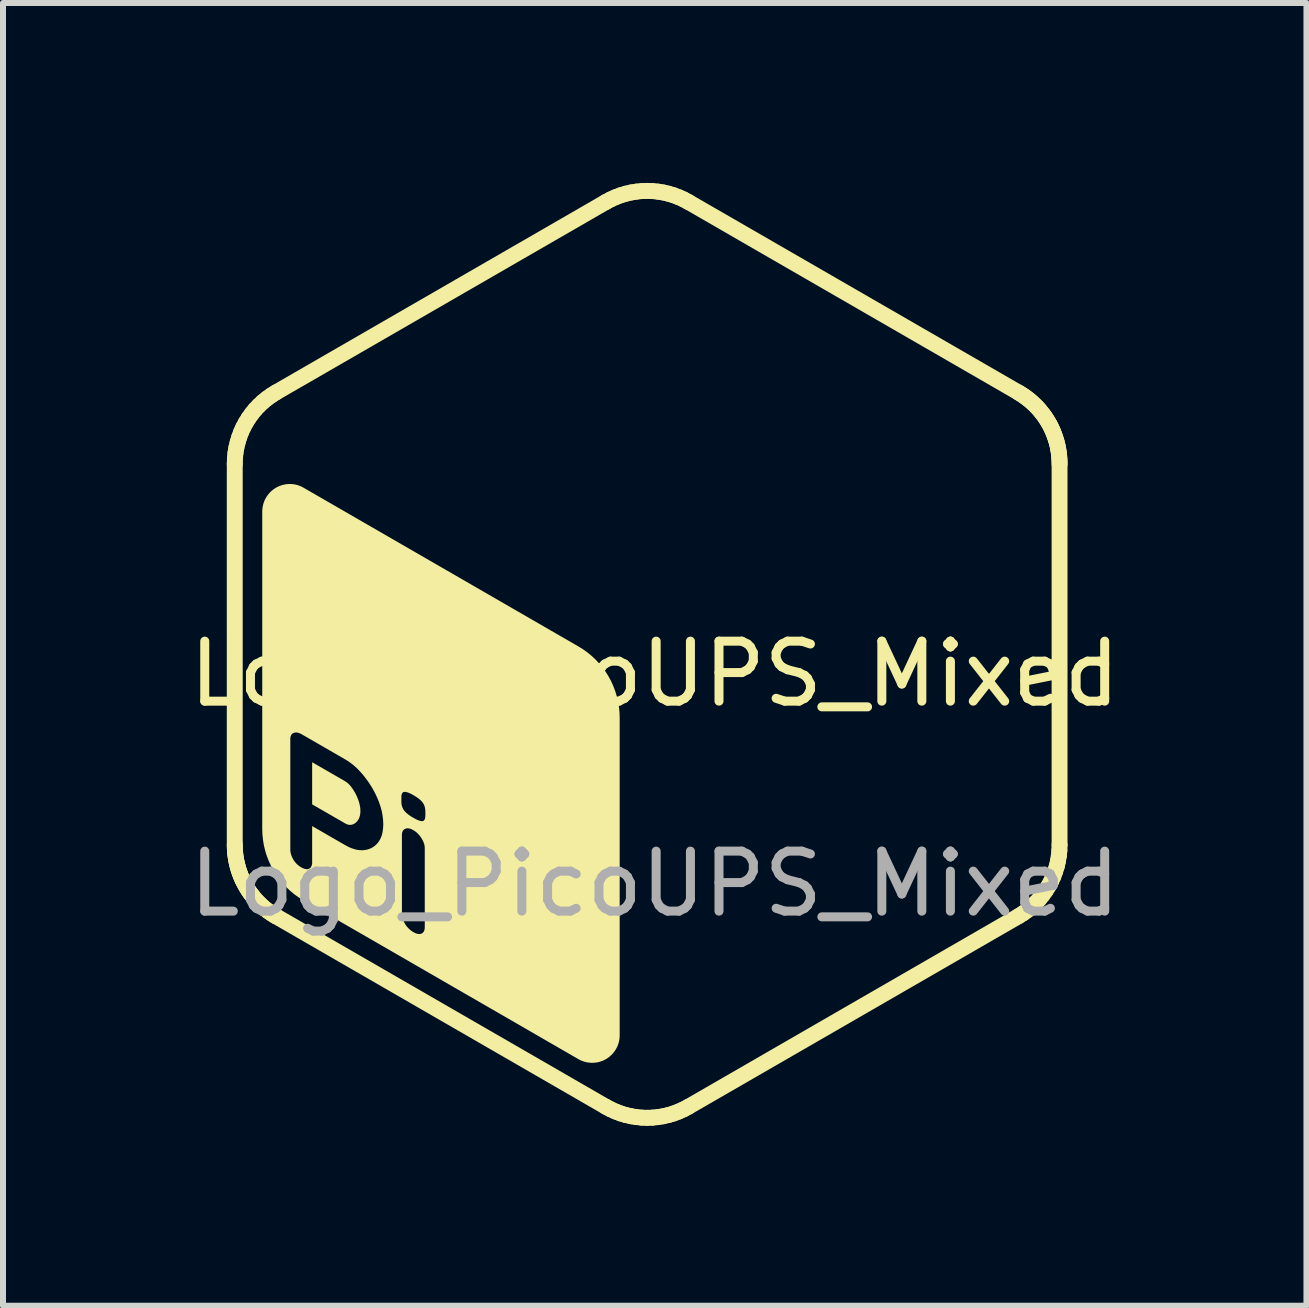
<source format=kicad_pcb>
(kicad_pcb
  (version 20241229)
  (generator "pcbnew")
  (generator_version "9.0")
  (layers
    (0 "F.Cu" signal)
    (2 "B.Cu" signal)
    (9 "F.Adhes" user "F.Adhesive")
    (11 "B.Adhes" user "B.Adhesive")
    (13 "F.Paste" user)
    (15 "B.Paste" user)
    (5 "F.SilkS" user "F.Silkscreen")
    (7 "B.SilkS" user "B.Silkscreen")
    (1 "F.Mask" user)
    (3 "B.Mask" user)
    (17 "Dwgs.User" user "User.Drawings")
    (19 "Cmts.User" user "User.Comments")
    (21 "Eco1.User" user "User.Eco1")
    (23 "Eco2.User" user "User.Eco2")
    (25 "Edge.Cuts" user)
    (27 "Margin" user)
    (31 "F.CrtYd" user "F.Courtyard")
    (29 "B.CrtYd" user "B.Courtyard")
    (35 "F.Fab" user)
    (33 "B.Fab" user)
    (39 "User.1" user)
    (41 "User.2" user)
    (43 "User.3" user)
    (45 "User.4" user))
  (footprint "Logo_PicoUPS_Mixed"
    (layer "F.Cu")
    (at 7.863 8.182)
    (property "Reference" "Logo_PicoUPS_Mixed" (at 0 0 0) (unlocked yes) (layer "F.SilkS") (effects (font (size 1 1) (thickness 0.15))))
    (fp_poly (pts (xy -4.221 -5.28) (xy -4.191 -5.277) (xy -4.162 -5.273) (xy -4.133 -5.266) (xy -4.104 -5.257) (xy -4.076 -5.247) (xy -4.048 -5.234) (xy -4.021 -5.22) (xy -2.646 -4.426) (xy -2.642 -4.423) (xy -2.638 -4.421) (xy -2.634 -4.418) (xy -2.63 -4.415) (xy -2.626 -4.412) (xy -2.622 -4.408) (xy -2.618 -4.405) (xy -2.615 -4.402) (xy -2.611 -4.398) (xy -2.608 -4.394) (xy -2.605 -4.39) (xy -2.601 -4.387) (xy -2.599 -4.383) (xy -2.596 -4.379) (xy -2.593 -4.374) (xy -2.591 -4.37) (xy -2.588 -4.366) (xy -2.586 -4.361) (xy -2.584 -4.357) (xy -2.582 -4.352) (xy -2.58 -4.348) (xy -2.578 -4.343) (xy -2.577 -4.338) (xy -2.575 -4.334) (xy -2.574 -4.329) (xy -2.573 -4.324) (xy -2.572 -4.319) (xy -2.571 -4.314) (xy -2.571 -4.309) (xy -2.57 -4.304) (xy -2.57 -4.299) (xy -2.57 -4.294) (xy -2.57 -4.284) (xy -2.571 -4.274) (xy -2.573 -4.264) (xy -2.575 -4.254) (xy -2.578 -4.244) (xy -2.582 -4.235) (xy -2.586 -4.226) (xy -2.591 -4.217) (xy -2.596 -4.209) (xy -2.601 -4.201) (xy -2.608 -4.193) (xy -2.615 -4.186) (xy -2.622 -4.179) (xy -2.63 -4.173) (xy -2.638 -4.167) (xy -2.646 -4.161) (xy -4.021 -3.368) (xy -4.048 -3.353) (xy -4.076 -3.341) (xy -4.104 -3.33) (xy -4.133 -3.322) (xy -4.162 -3.315) (xy -4.191 -3.31) (xy -4.221 -3.307) (xy -4.25 -3.306) (xy -4.28 -3.307) (xy -4.31 -3.31) (xy -4.339 -3.315) (xy -4.368 -3.322) (xy -4.397 -3.33) (xy -4.425 -3.341) (xy -4.453 -3.353) (xy -4.48 -3.368) (xy -5.854 -4.161) (xy -5.859 -4.164) (xy -5.863 -4.167) (xy -5.867 -4.17) (xy -5.871 -4.173) (xy -5.875 -4.176) (xy -5.879 -4.179) (xy -5.883 -4.182) (xy -5.886 -4.186) (xy -5.89 -4.19) (xy -5.893 -4.193) (xy -5.896 -4.197) (xy -5.899 -4.201) (xy -5.902 -4.205) (xy -5.905 -4.209) (xy -5.908 -4.213) (xy -5.91 -4.217) (xy -5.913 -4.222) (xy -5.915 -4.226) (xy -5.917 -4.231) (xy -5.919 -4.235) (xy -5.921 -4.24) (xy -5.923 -4.244) (xy -5.924 -4.249) (xy -5.925 -4.254) (xy -5.927 -4.259) (xy -5.928 -4.264) (xy -5.929 -4.269) (xy -5.929 -4.274) (xy -5.93 -4.279) (xy -5.93 -4.284) (xy -5.931 -4.289) (xy -5.931 -4.294) (xy -5.93 -4.304) (xy -5.929 -4.314) (xy -5.928 -4.324) (xy -5.925 -4.334) (xy -5.923 -4.343) (xy -5.919 -4.352) (xy -5.915 -4.361) (xy -5.91 -4.37) (xy -5.905 -4.379) (xy -5.899 -4.387) (xy -5.893 -4.394) (xy -5.886 -4.402) (xy -5.879 -4.408) (xy -5.871 -4.415) (xy -5.863 -4.421) (xy -5.854 -4.426) (xy -4.48 -5.22) (xy -4.453 -5.234) (xy -4.425 -5.247) (xy -4.397 -5.257) (xy -4.368 -5.266) (xy -4.339 -5.273) (xy -4.31 -5.277) (xy -4.28 -5.28) (xy -4.25 -5.281)) (stroke (width 0) (type solid)) (fill yes) (layer "F.Mask"))
    (fp_poly (pts (xy -2.158 -6.471) (xy -2.129 -6.468) (xy -2.1 -6.463) (xy -2.07 -6.456) (xy -2.042 -6.448) (xy -2.014 -6.437) (xy -1.986 -6.425) (xy -1.959 -6.41) (xy -0.584 -5.617) (xy -0.576 -5.611) (xy -0.567 -5.605) (xy -0.56 -5.599) (xy -0.552 -5.592) (xy -0.546 -5.585) (xy -0.539 -5.577) (xy -0.534 -5.569) (xy -0.528 -5.561) (xy -0.524 -5.552) (xy -0.52 -5.543) (xy -0.516 -5.534) (xy -0.513 -5.524) (xy -0.511 -5.515) (xy -0.509 -5.505) (xy -0.508 -5.495) (xy -0.508 -5.484) (xy -0.508 -5.479) (xy -0.508 -5.474) (xy -0.509 -5.469) (xy -0.509 -5.464) (xy -0.51 -5.459) (xy -0.511 -5.454) (xy -0.512 -5.449) (xy -0.513 -5.445) (xy -0.514 -5.44) (xy -0.516 -5.435) (xy -0.518 -5.43) (xy -0.52 -5.426) (xy -0.521 -5.421) (xy -0.524 -5.417) (xy -0.526 -5.412) (xy -0.528 -5.408) (xy -0.531 -5.404) (xy -0.534 -5.4) (xy -0.536 -5.396) (xy -0.539 -5.392) (xy -0.542 -5.388) (xy -0.546 -5.384) (xy -0.549 -5.38) (xy -0.552 -5.377) (xy -0.556 -5.373) (xy -0.56 -5.37) (xy -0.563 -5.366) (xy -0.567 -5.363) (xy -0.571 -5.36) (xy -0.576 -5.357) (xy -0.58 -5.355) (xy -0.584 -5.352) (xy -1.959 -4.558) (xy -1.986 -4.544) (xy -2.014 -4.531) (xy -2.042 -4.521) (xy -2.07 -4.512) (xy -2.1 -4.506) (xy -2.129 -4.501) (xy -2.158 -4.498) (xy -2.188 -4.497) (xy -2.218 -4.498) (xy -2.247 -4.501) (xy -2.277 -4.506) (xy -2.306 -4.512) (xy -2.334 -4.521) (xy -2.363 -4.531) (xy -2.39 -4.544) (xy -2.417 -4.558) (xy -3.792 -5.352) (xy -3.801 -5.357) (xy -3.809 -5.363) (xy -3.817 -5.37) (xy -3.824 -5.377) (xy -3.831 -5.384) (xy -3.837 -5.392) (xy -3.843 -5.4) (xy -3.848 -5.408) (xy -3.853 -5.417) (xy -3.857 -5.426) (xy -3.86 -5.435) (xy -3.863 -5.445) (xy -3.865 -5.454) (xy -3.867 -5.464) (xy -3.868 -5.474) (xy -3.868 -5.484) (xy -3.868 -5.489) (xy -3.868 -5.495) (xy -3.868 -5.5) (xy -3.867 -5.505) (xy -3.866 -5.51) (xy -3.865 -5.515) (xy -3.864 -5.519) (xy -3.863 -5.524) (xy -3.862 -5.529) (xy -3.86 -5.534) (xy -3.859 -5.538) (xy -3.857 -5.543) (xy -3.855 -5.548) (xy -3.853 -5.552) (xy -3.85 -5.556) (xy -3.848 -5.561) (xy -3.845 -5.565) (xy -3.843 -5.569) (xy -3.84 -5.573) (xy -3.837 -5.577) (xy -3.834 -5.581) (xy -3.831 -5.585) (xy -3.827 -5.589) (xy -3.824 -5.592) (xy -3.82 -5.596) (xy -3.817 -5.599) (xy -3.813 -5.602) (xy -3.809 -5.605) (xy -3.805 -5.608) (xy -3.801 -5.611) (xy -3.796 -5.614) (xy -3.792 -5.617) (xy -2.417 -6.41) (xy -2.39 -6.425) (xy -2.363 -6.437) (xy -2.334 -6.448) (xy -2.306 -6.456) (xy -2.277 -6.463) (xy -2.247 -6.468) (xy -2.218 -6.471) (xy -2.188 -6.472)) (stroke (width 0) (type solid)) (fill yes) (layer "F.Mask"))
    (fp_poly (pts (xy -2.158 -4.09) (xy -2.129 -4.087) (xy -2.1 -4.082) (xy -2.07 -4.075) (xy -2.042 -4.067) (xy -2.014 -4.056) (xy -1.986 -4.044) (xy -1.959 -4.029) (xy -0.584 -3.235) (xy -0.576 -3.23) (xy -0.567 -3.224) (xy -0.56 -3.218) (xy -0.552 -3.211) (xy -0.546 -3.204) (xy -0.539 -3.196) (xy -0.534 -3.188) (xy -0.528 -3.18) (xy -0.524 -3.171) (xy -0.52 -3.162) (xy -0.516 -3.152) (xy -0.513 -3.143) (xy -0.511 -3.133) (xy -0.509 -3.123) (xy -0.508 -3.113) (xy -0.508 -3.103) (xy -0.508 -3.098) (xy -0.508 -3.093) (xy -0.509 -3.088) (xy -0.509 -3.083) (xy -0.51 -3.078) (xy -0.511 -3.073) (xy -0.512 -3.068) (xy -0.513 -3.063) (xy -0.514 -3.058) (xy -0.516 -3.054) (xy -0.518 -3.049) (xy -0.52 -3.044) (xy -0.521 -3.04) (xy -0.524 -3.035) (xy -0.526 -3.031) (xy -0.528 -3.027) (xy -0.531 -3.023) (xy -0.534 -3.018) (xy -0.536 -3.014) (xy -0.539 -3.01) (xy -0.542 -3.006) (xy -0.546 -3.003) (xy -0.549 -2.999) (xy -0.552 -2.995) (xy -0.556 -2.992) (xy -0.56 -2.988) (xy -0.563 -2.985) (xy -0.567 -2.982) (xy -0.571 -2.979) (xy -0.576 -2.976) (xy -0.58 -2.973) (xy -0.584 -2.971) (xy -1.959 -2.177) (xy -1.986 -2.163) (xy -2.014 -2.15) (xy -2.042 -2.14) (xy -2.07 -2.131) (xy -2.1 -2.124) (xy -2.129 -2.12) (xy -2.158 -2.117) (xy -2.188 -2.116) (xy -2.218 -2.117) (xy -2.247 -2.12) (xy -2.277 -2.124) (xy -2.306 -2.131) (xy -2.334 -2.14) (xy -2.363 -2.15) (xy -2.39 -2.163) (xy -2.417 -2.177) (xy -3.792 -2.971) (xy -3.801 -2.976) (xy -3.809 -2.982) (xy -3.817 -2.988) (xy -3.824 -2.995) (xy -3.831 -3.003) (xy -3.837 -3.01) (xy -3.843 -3.018) (xy -3.848 -3.027) (xy -3.853 -3.035) (xy -3.857 -3.044) (xy -3.86 -3.054) (xy -3.863 -3.063) (xy -3.865 -3.073) (xy -3.867 -3.083) (xy -3.868 -3.093) (xy -3.868 -3.103) (xy -3.868 -3.108) (xy -3.868 -3.113) (xy -3.868 -3.118) (xy -3.867 -3.123) (xy -3.866 -3.128) (xy -3.865 -3.133) (xy -3.864 -3.138) (xy -3.863 -3.143) (xy -3.862 -3.148) (xy -3.86 -3.152) (xy -3.859 -3.157) (xy -3.857 -3.162) (xy -3.855 -3.166) (xy -3.853 -3.171) (xy -3.85 -3.175) (xy -3.848 -3.18) (xy -3.845 -3.184) (xy -3.843 -3.188) (xy -3.84 -3.192) (xy -3.837 -3.196) (xy -3.834 -3.2) (xy -3.831 -3.204) (xy -3.827 -3.207) (xy -3.824 -3.211) (xy -3.82 -3.214) (xy -3.817 -3.218) (xy -3.813 -3.221) (xy -3.809 -3.224) (xy -3.805 -3.227) (xy -3.801 -3.23) (xy -3.796 -3.233) (xy -3.792 -3.235) (xy -2.417 -4.029) (xy -2.39 -4.044) (xy -2.363 -4.056) (xy -2.334 -4.067) (xy -2.306 -4.075) (xy -2.277 -4.082) (xy -2.247 -4.087) (xy -2.218 -4.09) (xy -2.188 -4.091)) (stroke (width 0) (type solid)) (fill yes) (layer "F.Mask"))
    (fp_poly (pts (xy -0.096 -2.899) (xy -0.067 -2.896) (xy -0.037 -2.891) (xy -0.008 -2.885) (xy 0.02 -2.876) (xy 0.049 -2.865) (xy 0.076 -2.853) (xy 0.103 -2.839) (xy 1.478 -2.045) (xy 1.487 -2.039) (xy 1.495 -2.034) (xy 1.503 -2.027) (xy 1.51 -2.02) (xy 1.517 -2.013) (xy 1.523 -2.005) (xy 1.529 -1.997) (xy 1.534 -1.989) (xy 1.539 -1.98) (xy 1.543 -1.971) (xy 1.546 -1.962) (xy 1.549 -1.952) (xy 1.551 -1.943) (xy 1.553 -1.933) (xy 1.554 -1.923) (xy 1.554 -1.913) (xy 1.554 -1.907) (xy 1.554 -1.902) (xy 1.554 -1.897) (xy 1.553 -1.892) (xy 1.552 -1.887) (xy 1.551 -1.882) (xy 1.55 -1.877) (xy 1.549 -1.873) (xy 1.548 -1.868) (xy 1.546 -1.863) (xy 1.545 -1.858) (xy 1.543 -1.854) (xy 1.541 -1.849) (xy 1.539 -1.845) (xy 1.536 -1.84) (xy 1.534 -1.836) (xy 1.531 -1.832) (xy 1.529 -1.828) (xy 1.526 -1.824) (xy 1.523 -1.82) (xy 1.52 -1.816) (xy 1.517 -1.812) (xy 1.513 -1.808) (xy 1.51 -1.805) (xy 1.506 -1.801) (xy 1.503 -1.798) (xy 1.499 -1.795) (xy 1.495 -1.791) (xy 1.491 -1.788) (xy 1.487 -1.786) (xy 1.482 -1.783) (xy 1.478 -1.78) (xy 0.103 -0.986) (xy 0.076 -0.972) (xy 0.049 -0.96) (xy 0.02 -0.949) (xy -0.008 -0.94) (xy -0.037 -0.934) (xy -0.067 -0.929) (xy -0.096 -0.926) (xy -0.126 -0.925) (xy -0.156 -0.926) (xy -0.185 -0.929) (xy -0.215 -0.934) (xy -0.244 -0.94) (xy -0.272 -0.949) (xy -0.3 -0.96) (xy -0.328 -0.972) (xy -0.355 -0.986) (xy -1.73 -1.78) (xy -1.739 -1.786) (xy -1.747 -1.791) (xy -1.754 -1.798) (xy -1.762 -1.805) (xy -1.769 -1.812) (xy -1.775 -1.82) (xy -1.781 -1.828) (xy -1.786 -1.836) (xy -1.79 -1.845) (xy -1.795 -1.854) (xy -1.798 -1.863) (xy -1.801 -1.873) (xy -1.803 -1.882) (xy -1.805 -1.892) (xy -1.806 -1.902) (xy -1.806 -1.913) (xy -1.806 -1.918) (xy -1.806 -1.923) (xy -1.805 -1.928) (xy -1.805 -1.933) (xy -1.804 -1.938) (xy -1.803 -1.943) (xy -1.802 -1.948) (xy -1.801 -1.952) (xy -1.8 -1.957) (xy -1.798 -1.962) (xy -1.796 -1.967) (xy -1.795 -1.971) (xy -1.793 -1.976) (xy -1.79 -1.98) (xy -1.788 -1.985) (xy -1.786 -1.989) (xy -1.783 -1.993) (xy -1.781 -1.997) (xy -1.778 -2.001) (xy -1.775 -2.005) (xy -1.772 -2.009) (xy -1.769 -2.013) (xy -1.765 -2.017) (xy -1.762 -2.02) (xy -1.758 -2.024) (xy -1.754 -2.027) (xy -1.751 -2.03) (xy -1.747 -2.034) (xy -1.743 -2.037) (xy -1.739 -2.039) (xy -1.734 -2.042) (xy -1.73 -2.045) (xy -0.355 -2.839) (xy -0.328 -2.853) (xy -0.3 -2.865) (xy -0.272 -2.876) (xy -0.244 -2.885) (xy -0.214 -2.891) (xy -0.185 -2.896) (xy -0.156 -2.899) (xy -0.126 -2.9)) (stroke (width 0) (type solid)) (fill yes) (layer "F.Mask"))
    (fp_poly (pts (xy 4.028 -5.28) (xy 4.058 -5.277) (xy 4.087 -5.273) (xy 4.116 -5.266) (xy 4.145 -5.257) (xy 4.173 -5.247) (xy 4.201 -5.234) (xy 4.228 -5.22) (xy 5.602 -4.426) (xy 5.607 -4.423) (xy 5.611 -4.421) (xy 5.615 -4.418) (xy 5.619 -4.415) (xy 5.623 -4.412) (xy 5.627 -4.408) (xy 5.631 -4.405) (xy 5.634 -4.402) (xy 5.638 -4.398) (xy 5.641 -4.394) (xy 5.644 -4.39) (xy 5.647 -4.387) (xy 5.65 -4.383) (xy 5.653 -4.379) (xy 5.656 -4.374) (xy 5.658 -4.37) (xy 5.661 -4.366) (xy 5.663 -4.361) (xy 5.665 -4.357) (xy 5.667 -4.352) (xy 5.669 -4.348) (xy 5.671 -4.343) (xy 5.672 -4.338) (xy 5.674 -4.334) (xy 5.675 -4.329) (xy 5.676 -4.324) (xy 5.677 -4.319) (xy 5.678 -4.314) (xy 5.678 -4.309) (xy 5.679 -4.304) (xy 5.679 -4.299) (xy 5.679 -4.294) (xy 5.679 -4.284) (xy 5.678 -4.274) (xy 5.676 -4.264) (xy 5.674 -4.254) (xy 5.671 -4.244) (xy 5.667 -4.235) (xy 5.663 -4.226) (xy 5.658 -4.217) (xy 5.653 -4.209) (xy 5.647 -4.201) (xy 5.641 -4.193) (xy 5.634 -4.186) (xy 5.627 -4.179) (xy 5.619 -4.173) (xy 5.611 -4.167) (xy 5.602 -4.161) (xy 4.228 -3.368) (xy 4.201 -3.353) (xy 4.173 -3.341) (xy 4.145 -3.33) (xy 4.116 -3.322) (xy 4.087 -3.315) (xy 4.058 -3.31) (xy 4.028 -3.307) (xy 3.999 -3.306) (xy 3.969 -3.307) (xy 3.939 -3.31) (xy 3.91 -3.315) (xy 3.881 -3.322) (xy 3.852 -3.33) (xy 3.824 -3.341) (xy 3.796 -3.353) (xy 3.769 -3.368) (xy 2.395 -4.161) (xy 2.39 -4.164) (xy 2.386 -4.167) (xy 2.382 -4.17) (xy 2.378 -4.173) (xy 2.374 -4.176) (xy 2.37 -4.179) (xy 2.366 -4.182) (xy 2.363 -4.186) (xy 2.359 -4.19) (xy 2.356 -4.193) (xy 2.353 -4.197) (xy 2.35 -4.201) (xy 2.347 -4.205) (xy 2.344 -4.209) (xy 2.341 -4.213) (xy 2.339 -4.217) (xy 2.336 -4.222) (xy 2.334 -4.226) (xy 2.332 -4.231) (xy 2.33 -4.235) (xy 2.328 -4.24) (xy 2.326 -4.244) (xy 2.325 -4.249) (xy 2.323 -4.254) (xy 2.322 -4.259) (xy 2.321 -4.264) (xy 2.32 -4.269) (xy 2.32 -4.274) (xy 2.319 -4.279) (xy 2.319 -4.284) (xy 2.318 -4.289) (xy 2.318 -4.294) (xy 2.319 -4.304) (xy 2.32 -4.314) (xy 2.321 -4.324) (xy 2.323 -4.334) (xy 2.326 -4.343) (xy 2.33 -4.352) (xy 2.334 -4.361) (xy 2.339 -4.37) (xy 2.344 -4.379) (xy 2.35 -4.387) (xy 2.356 -4.394) (xy 2.363 -4.402) (xy 2.37 -4.408) (xy 2.378 -4.415) (xy 2.386 -4.421) (xy 2.395 -4.426) (xy 3.769 -5.22) (xy 3.796 -5.234) (xy 3.824 -5.247) (xy 3.852 -5.257) (xy 3.881 -5.266) (xy 3.91 -5.273) (xy 3.939 -5.277) (xy 3.969 -5.28) (xy 3.999 -5.281)) (stroke (width 0) (type solid)) (fill yes) (layer "F.Mask"))
    (fp_poly (pts (xy -0.096 -5.28) (xy -0.067 -5.277) (xy -0.037 -5.273) (xy -0.008 -5.266) (xy 0.02 -5.257) (xy 0.049 -5.247) (xy 0.076 -5.234) (xy 0.103 -5.22) (xy 1.478 -4.426) (xy 1.482 -4.423) (xy 1.487 -4.421) (xy 1.491 -4.418) (xy 1.495 -4.415) (xy 1.499 -4.412) (xy 1.503 -4.408) (xy 1.506 -4.405) (xy 1.51 -4.402) (xy 1.513 -4.398) (xy 1.517 -4.394) (xy 1.52 -4.39) (xy 1.523 -4.387) (xy 1.526 -4.383) (xy 1.529 -4.379) (xy 1.531 -4.374) (xy 1.534 -4.37) (xy 1.536 -4.366) (xy 1.539 -4.361) (xy 1.541 -4.357) (xy 1.543 -4.352) (xy 1.545 -4.348) (xy 1.546 -4.343) (xy 1.548 -4.338) (xy 1.549 -4.334) (xy 1.55 -4.329) (xy 1.551 -4.324) (xy 1.552 -4.319) (xy 1.553 -4.314) (xy 1.554 -4.309) (xy 1.554 -4.304) (xy 1.554 -4.299) (xy 1.554 -4.294) (xy 1.554 -4.284) (xy 1.553 -4.274) (xy 1.551 -4.264) (xy 1.549 -4.254) (xy 1.546 -4.244) (xy 1.543 -4.235) (xy 1.539 -4.226) (xy 1.534 -4.217) (xy 1.529 -4.209) (xy 1.523 -4.201) (xy 1.517 -4.193) (xy 1.51 -4.186) (xy 1.503 -4.179) (xy 1.495 -4.173) (xy 1.487 -4.167) (xy 1.478 -4.161) (xy 0.103 -3.368) (xy 0.076 -3.353) (xy 0.049 -3.341) (xy 0.02 -3.33) (xy -0.008 -3.322) (xy -0.037 -3.315) (xy -0.067 -3.31) (xy -0.096 -3.307) (xy -0.126 -3.306) (xy -0.156 -3.307) (xy -0.185 -3.31) (xy -0.214 -3.315) (xy -0.244 -3.322) (xy -0.272 -3.33) (xy -0.3 -3.341) (xy -0.328 -3.353) (xy -0.355 -3.368) (xy -1.73 -4.161) (xy -1.734 -4.164) (xy -1.739 -4.167) (xy -1.743 -4.17) (xy -1.747 -4.173) (xy -1.751 -4.176) (xy -1.754 -4.179) (xy -1.758 -4.182) (xy -1.762 -4.186) (xy -1.765 -4.19) (xy -1.769 -4.193) (xy -1.772 -4.197) (xy -1.775 -4.201) (xy -1.778 -4.205) (xy -1.781 -4.209) (xy -1.783 -4.213) (xy -1.786 -4.217) (xy -1.788 -4.222) (xy -1.79 -4.226) (xy -1.793 -4.231) (xy -1.795 -4.235) (xy -1.796 -4.24) (xy -1.798 -4.244) (xy -1.8 -4.249) (xy -1.801 -4.254) (xy -1.802 -4.259) (xy -1.803 -4.264) (xy -1.804 -4.269) (xy -1.805 -4.274) (xy -1.805 -4.279) (xy -1.806 -4.284) (xy -1.806 -4.289) (xy -1.806 -4.294) (xy -1.806 -4.304) (xy -1.805 -4.314) (xy -1.803 -4.324) (xy -1.801 -4.334) (xy -1.798 -4.343) (xy -1.795 -4.352) (xy -1.79 -4.361) (xy -1.786 -4.37) (xy -1.781 -4.379) (xy -1.775 -4.387) (xy -1.769 -4.394) (xy -1.762 -4.402) (xy -1.754 -4.408) (xy -1.747 -4.415) (xy -1.739 -4.421) (xy -1.73 -4.426) (xy -1.73 -4.426) (xy -0.355 -5.22) (xy -0.328 -5.234) (xy -0.3 -5.247) (xy -0.272 -5.257) (xy -0.244 -5.266) (xy -0.215 -5.273) (xy -0.185 -5.277) (xy -0.156 -5.28) (xy -0.126 -5.281)) (stroke (width 0) (type solid)) (fill yes) (layer "F.Mask"))
    (fp_poly (pts (xy -0.096 -7.661) (xy -0.067 -7.659) (xy -0.037 -7.654) (xy -0.008 -7.647) (xy 0.02 -7.638) (xy 0.049 -7.628) (xy 0.076 -7.615) (xy 0.103 -7.601) (xy 1.478 -6.807) (xy 1.487 -6.802) (xy 1.495 -6.796) (xy 1.503 -6.79) (xy 1.51 -6.783) (xy 1.517 -6.776) (xy 1.523 -6.768) (xy 1.529 -6.76) (xy 1.534 -6.751) (xy 1.539 -6.743) (xy 1.543 -6.734) (xy 1.546 -6.724) (xy 1.549 -6.715) (xy 1.551 -6.705) (xy 1.553 -6.695) (xy 1.554 -6.685) (xy 1.554 -6.675) (xy 1.554 -6.67) (xy 1.554 -6.665) (xy 1.554 -6.66) (xy 1.553 -6.655) (xy 1.552 -6.65) (xy 1.551 -6.645) (xy 1.55 -6.64) (xy 1.549 -6.635) (xy 1.548 -6.63) (xy 1.546 -6.626) (xy 1.545 -6.621) (xy 1.543 -6.616) (xy 1.541 -6.612) (xy 1.539 -6.607) (xy 1.536 -6.603) (xy 1.534 -6.599) (xy 1.531 -6.594) (xy 1.529 -6.59) (xy 1.526 -6.586) (xy 1.523 -6.582) (xy 1.52 -6.578) (xy 1.517 -6.574) (xy 1.513 -6.571) (xy 1.51 -6.567) (xy 1.506 -6.564) (xy 1.503 -6.56) (xy 1.499 -6.557) (xy 1.495 -6.554) (xy 1.491 -6.551) (xy 1.487 -6.548) (xy 1.482 -6.545) (xy 1.478 -6.543) (xy 0.103 -5.749) (xy 0.076 -5.735) (xy 0.049 -5.722) (xy 0.02 -5.712) (xy -0.008 -5.703) (xy -0.037 -5.696) (xy -0.067 -5.691) (xy -0.096 -5.689) (xy -0.126 -5.688) (xy -0.156 -5.689) (xy -0.185 -5.691) (xy -0.215 -5.696) (xy -0.244 -5.703) (xy -0.272 -5.712) (xy -0.3 -5.722) (xy -0.328 -5.735) (xy -0.355 -5.749) (xy -1.73 -6.543) (xy -1.73 -6.543) (xy -1.739 -6.548) (xy -1.747 -6.554) (xy -1.754 -6.56) (xy -1.762 -6.567) (xy -1.769 -6.574) (xy -1.775 -6.582) (xy -1.781 -6.59) (xy -1.786 -6.599) (xy -1.79 -6.607) (xy -1.795 -6.616) (xy -1.798 -6.626) (xy -1.801 -6.635) (xy -1.803 -6.645) (xy -1.805 -6.655) (xy -1.806 -6.665) (xy -1.806 -6.675) (xy -1.806 -6.68) (xy -1.806 -6.685) (xy -1.805 -6.69) (xy -1.805 -6.695) (xy -1.804 -6.7) (xy -1.803 -6.705) (xy -1.802 -6.71) (xy -1.801 -6.715) (xy -1.8 -6.72) (xy -1.798 -6.724) (xy -1.796 -6.729) (xy -1.795 -6.734) (xy -1.793 -6.738) (xy -1.79 -6.743) (xy -1.788 -6.747) (xy -1.786 -6.751) (xy -1.783 -6.756) (xy -1.781 -6.76) (xy -1.778 -6.764) (xy -1.775 -6.768) (xy -1.772 -6.772) (xy -1.769 -6.776) (xy -1.765 -6.779) (xy -1.762 -6.783) (xy -1.758 -6.786) (xy -1.754 -6.79) (xy -1.751 -6.793) (xy -1.747 -6.796) (xy -1.743 -6.799) (xy -1.739 -6.802) (xy -1.734 -6.805) (xy -1.73 -6.807) (xy -0.355 -7.601) (xy -0.328 -7.615) (xy -0.3 -7.628) (xy -0.272 -7.638) (xy -0.244 -7.647) (xy -0.214 -7.654) (xy -0.185 -7.659) (xy -0.156 -7.661) (xy -0.126 -7.662)) (stroke (width 0) (type solid)) (fill yes) (layer "F.Mask"))
    (fp_poly (pts (xy 1.966 -6.471) (xy 1.996 -6.468) (xy 2.025 -6.463) (xy 2.054 -6.456) (xy 2.083 -6.448) (xy 2.111 -6.437) (xy 2.138 -6.425) (xy 2.165 -6.41) (xy 3.54 -5.617) (xy 3.549 -5.611) (xy 3.557 -5.605) (xy 3.565 -5.599) (xy 3.572 -5.592) (xy 3.579 -5.585) (xy 3.585 -5.577) (xy 3.591 -5.569) (xy 3.596 -5.561) (xy 3.601 -5.552) (xy 3.605 -5.543) (xy 3.608 -5.534) (xy 3.611 -5.524) (xy 3.614 -5.515) (xy 3.615 -5.505) (xy 3.616 -5.495) (xy 3.617 -5.484) (xy 3.617 -5.479) (xy 3.616 -5.474) (xy 3.616 -5.469) (xy 3.615 -5.464) (xy 3.615 -5.459) (xy 3.614 -5.454) (xy 3.613 -5.449) (xy 3.611 -5.445) (xy 3.61 -5.44) (xy 3.608 -5.435) (xy 3.607 -5.43) (xy 3.605 -5.426) (xy 3.603 -5.421) (xy 3.601 -5.417) (xy 3.599 -5.412) (xy 3.596 -5.408) (xy 3.594 -5.404) (xy 3.591 -5.4) (xy 3.588 -5.396) (xy 3.585 -5.392) (xy 3.582 -5.388) (xy 3.579 -5.384) (xy 3.576 -5.38) (xy 3.572 -5.377) (xy 3.569 -5.373) (xy 3.565 -5.37) (xy 3.561 -5.366) (xy 3.557 -5.363) (xy 3.553 -5.36) (xy 3.549 -5.357) (xy 3.545 -5.355) (xy 3.54 -5.352) (xy 2.165 -4.558) (xy 2.138 -4.544) (xy 2.111 -4.531) (xy 2.083 -4.521) (xy 2.054 -4.512) (xy 2.025 -4.506) (xy 1.996 -4.501) (xy 1.966 -4.498) (xy 1.936 -4.497) (xy 1.907 -4.498) (xy 1.877 -4.501) (xy 1.848 -4.506) (xy 1.819 -4.512) (xy 1.79 -4.521) (xy 1.762 -4.531) (xy 1.734 -4.544) (xy 1.707 -4.558) (xy 0.332 -5.352) (xy 0.324 -5.357) (xy 0.315 -5.363) (xy 0.308 -5.37) (xy 0.3 -5.377) (xy 0.294 -5.384) (xy 0.287 -5.392) (xy 0.282 -5.4) (xy 0.276 -5.408) (xy 0.272 -5.417) (xy 0.268 -5.426) (xy 0.264 -5.435) (xy 0.261 -5.445) (xy 0.259 -5.454) (xy 0.257 -5.464) (xy 0.256 -5.474) (xy 0.256 -5.484) (xy 0.256 -5.489) (xy 0.256 -5.495) (xy 0.257 -5.5) (xy 0.257 -5.505) (xy 0.258 -5.51) (xy 0.259 -5.515) (xy 0.26 -5.519) (xy 0.261 -5.524) (xy 0.263 -5.529) (xy 0.264 -5.534) (xy 0.266 -5.538) (xy 0.268 -5.543) (xy 0.27 -5.548) (xy 0.272 -5.552) (xy 0.274 -5.556) (xy 0.276 -5.561) (xy 0.279 -5.565) (xy 0.282 -5.569) (xy 0.284 -5.573) (xy 0.287 -5.577) (xy 0.29 -5.581) (xy 0.294 -5.585) (xy 0.297 -5.589) (xy 0.3 -5.592) (xy 0.304 -5.596) (xy 0.308 -5.599) (xy 0.312 -5.602) (xy 0.315 -5.605) (xy 0.32 -5.608) (xy 0.324 -5.611) (xy 0.328 -5.614) (xy 0.332 -5.617) (xy 1.707 -6.41) (xy 1.707 -6.41) (xy 1.734 -6.425) (xy 1.762 -6.437) (xy 1.79 -6.448) (xy 1.819 -6.456) (xy 1.848 -6.463) (xy 1.877 -6.468) (xy 1.907 -6.471) (xy 1.936 -6.472)) (stroke (width 0) (type solid)) (fill yes) (layer "F.Mask"))
    (fp_poly (pts (xy 1.966 -4.09) (xy 1.996 -4.087) (xy 2.025 -4.082) (xy 2.054 -4.075) (xy 2.083 -4.067) (xy 2.111 -4.056) (xy 2.138 -4.044) (xy 2.165 -4.029) (xy 3.54 -3.235) (xy 3.54 -3.235) (xy 3.549 -3.23) (xy 3.557 -3.224) (xy 3.565 -3.218) (xy 3.572 -3.211) (xy 3.579 -3.204) (xy 3.585 -3.196) (xy 3.591 -3.188) (xy 3.596 -3.18) (xy 3.601 -3.171) (xy 3.605 -3.162) (xy 3.608 -3.152) (xy 3.611 -3.143) (xy 3.614 -3.133) (xy 3.615 -3.123) (xy 3.616 -3.113) (xy 3.617 -3.103) (xy 3.617 -3.098) (xy 3.616 -3.093) (xy 3.616 -3.088) (xy 3.615 -3.083) (xy 3.615 -3.078) (xy 3.614 -3.073) (xy 3.613 -3.068) (xy 3.611 -3.063) (xy 3.61 -3.058) (xy 3.608 -3.054) (xy 3.607 -3.049) (xy 3.605 -3.044) (xy 3.603 -3.04) (xy 3.601 -3.035) (xy 3.599 -3.031) (xy 3.596 -3.027) (xy 3.594 -3.023) (xy 3.591 -3.018) (xy 3.588 -3.014) (xy 3.585 -3.01) (xy 3.582 -3.006) (xy 3.579 -3.003) (xy 3.576 -2.999) (xy 3.572 -2.995) (xy 3.569 -2.992) (xy 3.565 -2.988) (xy 3.561 -2.985) (xy 3.557 -2.982) (xy 3.553 -2.979) (xy 3.549 -2.976) (xy 3.545 -2.973) (xy 3.54 -2.971) (xy 2.165 -2.177) (xy 2.138 -2.163) (xy 2.111 -2.15) (xy 2.083 -2.14) (xy 2.054 -2.131) (xy 2.025 -2.124) (xy 1.996 -2.12) (xy 1.966 -2.117) (xy 1.936 -2.116) (xy 1.907 -2.117) (xy 1.877 -2.12) (xy 1.848 -2.124) (xy 1.819 -2.131) (xy 1.79 -2.14) (xy 1.762 -2.15) (xy 1.734 -2.163) (xy 1.707 -2.177) (xy 0.332 -2.971) (xy 0.324 -2.976) (xy 0.315 -2.982) (xy 0.308 -2.988) (xy 0.3 -2.995) (xy 0.294 -3.003) (xy 0.287 -3.01) (xy 0.282 -3.018) (xy 0.276 -3.027) (xy 0.272 -3.035) (xy 0.268 -3.044) (xy 0.264 -3.054) (xy 0.261 -3.063) (xy 0.259 -3.073) (xy 0.257 -3.083) (xy 0.256 -3.093) (xy 0.256 -3.103) (xy 0.256 -3.108) (xy 0.256 -3.113) (xy 0.257 -3.118) (xy 0.257 -3.123) (xy 0.258 -3.128) (xy 0.259 -3.133) (xy 0.26 -3.138) (xy 0.261 -3.143) (xy 0.263 -3.148) (xy 0.264 -3.152) (xy 0.266 -3.157) (xy 0.268 -3.162) (xy 0.27 -3.166) (xy 0.272 -3.171) (xy 0.274 -3.175) (xy 0.276 -3.18) (xy 0.279 -3.184) (xy 0.282 -3.188) (xy 0.284 -3.192) (xy 0.287 -3.196) (xy 0.29 -3.2) (xy 0.294 -3.204) (xy 0.297 -3.207) (xy 0.3 -3.211) (xy 0.304 -3.214) (xy 0.308 -3.218) (xy 0.312 -3.221) (xy 0.315 -3.224) (xy 0.32 -3.227) (xy 0.324 -3.23) (xy 0.328 -3.233) (xy 0.332 -3.235) (xy 1.707 -4.029) (xy 1.734 -4.044) (xy 1.762 -4.056) (xy 1.79 -4.067) (xy 1.819 -4.075) (xy 1.848 -4.082) (xy 1.877 -4.087) (xy 1.907 -4.09) (xy 1.936 -4.091)) (stroke (width 0) (type solid)) (fill yes) (layer "F.Mask"))
    (fp_line (start -7 -3.5) (end -6.997 -3.592) (stroke (width 0.265) (type solid)) (layer "F.SilkS"))
    (fp_line (start -7 2.85) (end -7 -3.5) (stroke (width 0.265) (type solid)) (layer "F.SilkS"))
    (fp_line (start -6.999 2.896) (end -7 2.85) (stroke (width 0.265) (type solid)) (layer "F.SilkS"))
    (fp_line (start -6.997 -3.592) (end -6.988 -3.682) (stroke (width 0.265) (type solid)) (layer "F.SilkS"))
    (fp_line (start -6.997 2.942) (end -6.999 2.896) (stroke (width 0.265) (type solid)) (layer "F.SilkS"))
    (fp_line (start -6.993 2.987) (end -6.997 2.942) (stroke (width 0.265) (type solid)) (layer "F.SilkS"))
    (fp_line (start -6.988 -3.682) (end -6.973 -3.771) (stroke (width 0.265) (type solid)) (layer "F.SilkS"))
    (fp_line (start -6.988 3.032) (end -6.993 2.987) (stroke (width 0.265) (type solid)) (layer "F.SilkS"))
    (fp_line (start -6.981 3.077) (end -6.988 3.032) (stroke (width 0.265) (type solid)) (layer "F.SilkS"))
    (fp_line (start -6.973 -3.771) (end -6.952 -3.859) (stroke (width 0.265) (type solid)) (layer "F.SilkS"))
    (fp_line (start -6.973 3.121) (end -6.981 3.077) (stroke (width 0.265) (type solid)) (layer "F.SilkS"))
    (fp_line (start -6.963 3.165) (end -6.973 3.121) (stroke (width 0.265) (type solid)) (layer "F.SilkS"))
    (fp_line (start -6.952 -3.859) (end -6.926 -3.944) (stroke (width 0.265) (type solid)) (layer "F.SilkS"))
    (fp_line (start -6.952 3.209) (end -6.963 3.165) (stroke (width 0.265) (type solid)) (layer "F.SilkS"))
    (fp_line (start -6.94 3.252) (end -6.952 3.209) (stroke (width 0.265) (type solid)) (layer "F.SilkS"))
    (fp_line (start -6.926 -3.944) (end -6.895 -4.028) (stroke (width 0.265) (type solid)) (layer "F.SilkS"))
    (fp_line (start -6.926 3.294) (end -6.94 3.252) (stroke (width 0.265) (type solid)) (layer "F.SilkS"))
    (fp_line (start -6.911 3.336) (end -6.926 3.294) (stroke (width 0.265) (type solid)) (layer "F.SilkS"))
    (fp_line (start -6.895 -4.028) (end -6.858 -4.109) (stroke (width 0.265) (type solid)) (layer "F.SilkS"))
    (fp_line (start -6.895 3.378) (end -6.911 3.336) (stroke (width 0.265) (type solid)) (layer "F.SilkS"))
    (fp_line (start -6.877 3.419) (end -6.895 3.378) (stroke (width 0.265) (type solid)) (layer "F.SilkS"))
    (fp_line (start -6.858 -4.109) (end -6.816 -4.187) (stroke (width 0.265) (type solid)) (layer "F.SilkS"))
    (fp_line (start -6.858 3.459) (end -6.877 3.419) (stroke (width 0.265) (type solid)) (layer "F.SilkS"))
    (fp_line (start -6.837 3.499) (end -6.858 3.459) (stroke (width 0.265) (type solid)) (layer "F.SilkS"))
    (fp_line (start -6.816 -4.187) (end -6.769 -4.263) (stroke (width 0.265) (type solid)) (layer "F.SilkS"))
    (fp_line (start -6.816 3.537) (end -6.837 3.499) (stroke (width 0.265) (type solid)) (layer "F.SilkS"))
    (fp_line (start -6.793 3.576) (end -6.816 3.537) (stroke (width 0.265) (type solid)) (layer "F.SilkS"))
    (fp_line (start -6.769 -4.263) (end -6.717 -4.335) (stroke (width 0.265) (type solid)) (layer "F.SilkS"))
    (fp_line (start -6.769 3.613) (end -6.793 3.576) (stroke (width 0.265) (type solid)) (layer "F.SilkS"))
    (fp_line (start -6.744 3.65) (end -6.769 3.613) (stroke (width 0.265) (type solid)) (layer "F.SilkS"))
    (fp_line (start -6.717 -4.335) (end -6.661 -4.405) (stroke (width 0.265) (type solid)) (layer "F.SilkS"))
    (fp_line (start -6.717 3.685) (end -6.744 3.65) (stroke (width 0.265) (type solid)) (layer "F.SilkS"))
    (fp_line (start -6.689 3.72) (end -6.717 3.685) (stroke (width 0.265) (type solid)) (layer "F.SilkS"))
    (fp_line (start -6.661 -4.405) (end -6.599 -4.47) (stroke (width 0.265) (type solid)) (layer "F.SilkS"))
    (fp_line (start -6.661 3.755) (end -6.689 3.72) (stroke (width 0.265) (type solid)) (layer "F.SilkS"))
    (fp_line (start -6.631 3.788) (end -6.661 3.755) (stroke (width 0.265) (type solid)) (layer "F.SilkS"))
    (fp_line (start -6.599 -4.47) (end -6.534 -4.532) (stroke (width 0.265) (type solid)) (layer "F.SilkS"))
    (fp_line (start -6.599 3.82) (end -6.631 3.788) (stroke (width 0.265) (type solid)) (layer "F.SilkS"))
    (fp_line (start -6.567 3.851) (end -6.599 3.82) (stroke (width 0.265) (type solid)) (layer "F.SilkS"))
    (fp_line (start -6.534 -4.532) (end -6.464 -4.589) (stroke (width 0.265) (type solid)) (layer "F.SilkS"))
    (fp_line (start -6.534 3.882) (end -6.567 3.851) (stroke (width 0.265) (type solid)) (layer "F.SilkS"))
    (fp_line (start -6.5 3.911) (end -6.534 3.882) (stroke (width 0.265) (type solid)) (layer "F.SilkS"))
    (fp_line (start -6.464 -4.589) (end -6.39 -4.642) (stroke (width 0.265) (type solid)) (layer "F.SilkS"))
    (fp_line (start -6.464 3.939) (end -6.5 3.911) (stroke (width 0.265) (type solid)) (layer "F.SilkS"))
    (fp_line (start -6.428 3.966) (end -6.464 3.939) (stroke (width 0.265) (type solid)) (layer "F.SilkS"))
    (fp_line (start -6.39 -4.642) (end -6.313 -4.691) (stroke (width 0.265) (type solid)) (layer "F.SilkS"))
    (fp_line (start -6.39 3.992) (end -6.428 3.966) (stroke (width 0.265) (type solid)) (layer "F.SilkS"))
    (fp_line (start -6.352 4.017) (end -6.39 3.992) (stroke (width 0.265) (type solid)) (layer "F.SilkS"))
    (fp_line (start -6.313 -4.691) (end -0.813 -7.866) (stroke (width 0.265) (type solid)) (layer "F.SilkS"))
    (fp_line (start -6.313 4.041) (end -6.352 4.017) (stroke (width 0.265) (type solid)) (layer "F.SilkS"))
    (fp_line (start -0.813 -7.866) (end -0.732 -7.909) (stroke (width 0.265) (type solid)) (layer "F.SilkS"))
    (fp_line (start -0.813 7.216) (end -6.313 4.041) (stroke (width 0.265) (type solid)) (layer "F.SilkS"))
    (fp_line (start -0.732 -7.909) (end -0.65 -7.946) (stroke (width 0.265) (type solid)) (layer "F.SilkS"))
    (fp_line (start -0.732 7.259) (end -0.813 7.216) (stroke (width 0.265) (type solid)) (layer "F.SilkS"))
    (fp_line (start -0.65 -7.946) (end -0.565 -7.978) (stroke (width 0.265) (type solid)) (layer "F.SilkS"))
    (fp_line (start -0.65 7.296) (end -0.732 7.259) (stroke (width 0.265) (type solid)) (layer "F.SilkS"))
    (fp_line (start -0.565 -7.978) (end -0.479 -8.004) (stroke (width 0.265) (type solid)) (layer "F.SilkS"))
    (fp_line (start -0.565 7.328) (end -0.65 7.296) (stroke (width 0.265) (type solid)) (layer "F.SilkS"))
    (fp_line (start -0.479 -8.004) (end -0.392 -8.024) (stroke (width 0.265) (type solid)) (layer "F.SilkS"))
    (fp_line (start -0.479 7.354) (end -0.565 7.328) (stroke (width 0.265) (type solid)) (layer "F.SilkS"))
    (fp_line (start -0.392 -8.024) (end -0.304 -8.038) (stroke (width 0.265) (type solid)) (layer "F.SilkS"))
    (fp_line (start -0.392 7.374) (end -0.479 7.354) (stroke (width 0.265) (type solid)) (layer "F.SilkS"))
    (fp_line (start -0.304 -8.038) (end -0.215 -8.047) (stroke (width 0.265) (type solid)) (layer "F.SilkS"))
    (fp_line (start -0.304 7.388) (end -0.392 7.374) (stroke (width 0.265) (type solid)) (layer "F.SilkS"))
    (fp_line (start -0.215 -8.047) (end -0.126 -8.05) (stroke (width 0.265) (type solid)) (layer "F.SilkS"))
    (fp_line (start -0.215 7.397) (end -0.304 7.388) (stroke (width 0.265) (type solid)) (layer "F.SilkS"))
    (fp_line (start -0.126 -8.05) (end -0.037 -8.047) (stroke (width 0.265) (type solid)) (layer "F.SilkS"))
    (fp_line (start -0.126 7.4) (end -0.215 7.397) (stroke (width 0.265) (type solid)) (layer "F.SilkS"))
    (fp_line (start -0.037 -8.047) (end 0.052 -8.038) (stroke (width 0.265) (type solid)) (layer "F.SilkS"))
    (fp_line (start -0.037 7.397) (end -0.126 7.4) (stroke (width 0.265) (type solid)) (layer "F.SilkS"))
    (fp_line (start 0.052 -8.038) (end 0.14 -8.024) (stroke (width 0.265) (type solid)) (layer "F.SilkS"))
    (fp_line (start 0.052 7.388) (end -0.037 7.397) (stroke (width 0.265) (type solid)) (layer "F.SilkS"))
    (fp_line (start 0.14 -8.024) (end 0.227 -8.004) (stroke (width 0.265) (type solid)) (layer "F.SilkS"))
    (fp_line (start 0.14 7.374) (end 0.052 7.388) (stroke (width 0.265) (type solid)) (layer "F.SilkS"))
    (fp_line (start 0.227 -8.004) (end 0.313 -7.978) (stroke (width 0.265) (type solid)) (layer "F.SilkS"))
    (fp_line (start 0.227 7.354) (end 0.14 7.374) (stroke (width 0.265) (type solid)) (layer "F.SilkS"))
    (fp_line (start 0.313 -7.978) (end 0.398 -7.946) (stroke (width 0.265) (type solid)) (layer "F.SilkS"))
    (fp_line (start 0.313 7.328) (end 0.227 7.354) (stroke (width 0.265) (type solid)) (layer "F.SilkS"))
    (fp_line (start 0.398 -7.946) (end 0.481 -7.909) (stroke (width 0.265) (type solid)) (layer "F.SilkS"))
    (fp_line (start 0.398 7.296) (end 0.313 7.328) (stroke (width 0.265) (type solid)) (layer "F.SilkS"))
    (fp_line (start 0.481 -7.909) (end 0.561 -7.866) (stroke (width 0.265) (type solid)) (layer "F.SilkS"))
    (fp_line (start 0.481 7.259) (end 0.398 7.296) (stroke (width 0.265) (type solid)) (layer "F.SilkS"))
    (fp_line (start 0.561 -7.866) (end 6.061 -4.691) (stroke (width 0.265) (type solid)) (layer "F.SilkS"))
    (fp_line (start 0.561 7.216) (end 0.481 7.259) (stroke (width 0.265) (type solid)) (layer "F.SilkS"))
    (fp_line (start 6.061 -4.691) (end 6.1 -4.667) (stroke (width 0.265) (type solid)) (layer "F.SilkS"))
    (fp_line (start 6.061 4.041) (end 0.561 7.216) (stroke (width 0.265) (type solid)) (layer "F.SilkS"))
    (fp_line (start 6.1 -4.667) (end 6.139 -4.642) (stroke (width 0.265) (type solid)) (layer "F.SilkS"))
    (fp_line (start 6.139 -4.642) (end 6.176 -4.616) (stroke (width 0.265) (type solid)) (layer "F.SilkS"))
    (fp_line (start 6.139 3.992) (end 6.061 4.041) (stroke (width 0.265) (type solid)) (layer "F.SilkS"))
    (fp_line (start 6.176 -4.616) (end 6.212 -4.589) (stroke (width 0.265) (type solid)) (layer "F.SilkS"))
    (fp_line (start 6.212 -4.589) (end 6.248 -4.561) (stroke (width 0.265) (type solid)) (layer "F.SilkS"))
    (fp_line (start 6.212 3.939) (end 6.139 3.992) (stroke (width 0.265) (type solid)) (layer "F.SilkS"))
    (fp_line (start 6.248 -4.561) (end 6.282 -4.532) (stroke (width 0.265) (type solid)) (layer "F.SilkS"))
    (fp_line (start 6.282 -4.532) (end 6.315 -4.501) (stroke (width 0.265) (type solid)) (layer "F.SilkS"))
    (fp_line (start 6.282 3.882) (end 6.212 3.939) (stroke (width 0.265) (type solid)) (layer "F.SilkS"))
    (fp_line (start 6.315 -4.501) (end 6.348 -4.47) (stroke (width 0.265) (type solid)) (layer "F.SilkS"))
    (fp_line (start 6.348 -4.47) (end 6.379 -4.438) (stroke (width 0.265) (type solid)) (layer "F.SilkS"))
    (fp_line (start 6.348 3.82) (end 6.282 3.882) (stroke (width 0.265) (type solid)) (layer "F.SilkS"))
    (fp_line (start 6.379 -4.438) (end 6.409 -4.405) (stroke (width 0.265) (type solid)) (layer "F.SilkS"))
    (fp_line (start 6.409 -4.405) (end 6.437 -4.37) (stroke (width 0.265) (type solid)) (layer "F.SilkS"))
    (fp_line (start 6.409 3.755) (end 6.348 3.82) (stroke (width 0.265) (type solid)) (layer "F.SilkS"))
    (fp_line (start 6.437 -4.37) (end 6.465 -4.335) (stroke (width 0.265) (type solid)) (layer "F.SilkS"))
    (fp_line (start 6.465 -4.335) (end 6.492 -4.3) (stroke (width 0.265) (type solid)) (layer "F.SilkS"))
    (fp_line (start 6.465 3.685) (end 6.409 3.755) (stroke (width 0.265) (type solid)) (layer "F.SilkS"))
    (fp_line (start 6.492 -4.3) (end 6.517 -4.263) (stroke (width 0.265) (type solid)) (layer "F.SilkS"))
    (fp_line (start 6.517 -4.263) (end 6.541 -4.226) (stroke (width 0.265) (type solid)) (layer "F.SilkS"))
    (fp_line (start 6.517 3.613) (end 6.465 3.685) (stroke (width 0.265) (type solid)) (layer "F.SilkS"))
    (fp_line (start 6.541 -4.226) (end 6.564 -4.187) (stroke (width 0.265) (type solid)) (layer "F.SilkS"))
    (fp_line (start 6.564 -4.187) (end 6.586 -4.149) (stroke (width 0.265) (type solid)) (layer "F.SilkS"))
    (fp_line (start 6.564 3.537) (end 6.517 3.613) (stroke (width 0.265) (type solid)) (layer "F.SilkS"))
    (fp_line (start 6.586 -4.149) (end 6.606 -4.109) (stroke (width 0.265) (type solid)) (layer "F.SilkS"))
    (fp_line (start 6.606 -4.109) (end 6.625 -4.069) (stroke (width 0.265) (type solid)) (layer "F.SilkS"))
    (fp_line (start 6.606 3.459) (end 6.564 3.537) (stroke (width 0.265) (type solid)) (layer "F.SilkS"))
    (fp_line (start 6.625 -4.069) (end 6.643 -4.028) (stroke (width 0.265) (type solid)) (layer "F.SilkS"))
    (fp_line (start 6.643 -4.028) (end 6.659 -3.986) (stroke (width 0.265) (type solid)) (layer "F.SilkS"))
    (fp_line (start 6.643 3.378) (end 6.606 3.459) (stroke (width 0.265) (type solid)) (layer "F.SilkS"))
    (fp_line (start 6.659 -3.986) (end 6.674 -3.944) (stroke (width 0.265) (type solid)) (layer "F.SilkS"))
    (fp_line (start 6.674 -3.944) (end 6.688 -3.902) (stroke (width 0.265) (type solid)) (layer "F.SilkS"))
    (fp_line (start 6.674 3.294) (end 6.643 3.378) (stroke (width 0.265) (type solid)) (layer "F.SilkS"))
    (fp_line (start 6.688 -3.902) (end 6.701 -3.859) (stroke (width 0.265) (type solid)) (layer "F.SilkS"))
    (fp_line (start 6.701 -3.859) (end 6.712 -3.815) (stroke (width 0.265) (type solid)) (layer "F.SilkS"))
    (fp_line (start 6.701 3.209) (end 6.674 3.294) (stroke (width 0.265) (type solid)) (layer "F.SilkS"))
    (fp_line (start 6.712 -3.815) (end 6.721 -3.771) (stroke (width 0.265) (type solid)) (layer "F.SilkS"))
    (fp_line (start 6.721 -3.771) (end 6.729 -3.727) (stroke (width 0.265) (type solid)) (layer "F.SilkS"))
    (fp_line (start 6.721 3.121) (end 6.701 3.209) (stroke (width 0.265) (type solid)) (layer "F.SilkS"))
    (fp_line (start 6.729 -3.727) (end 6.736 -3.682) (stroke (width 0.265) (type solid)) (layer "F.SilkS"))
    (fp_line (start 6.736 -3.682) (end 6.741 -3.637) (stroke (width 0.265) (type solid)) (layer "F.SilkS"))
    (fp_line (start 6.736 3.032) (end 6.721 3.121) (stroke (width 0.265) (type solid)) (layer "F.SilkS"))
    (fp_line (start 6.741 -3.637) (end 6.745 -3.592) (stroke (width 0.265) (type solid)) (layer "F.SilkS"))
    (fp_line (start 6.745 -3.592) (end 6.747 -3.546) (stroke (width 0.265) (type solid)) (layer "F.SilkS"))
    (fp_line (start 6.745 2.942) (end 6.736 3.032) (stroke (width 0.265) (type solid)) (layer "F.SilkS"))
    (fp_line (start 6.747 -3.546) (end 6.748 -3.5) (stroke (width 0.265) (type solid)) (layer "F.SilkS"))
    (fp_line (start 6.748 -3.5) (end 6.748 2.85) (stroke (width 0.265) (type solid)) (layer "F.SilkS"))
    (fp_line (start 6.748 2.85) (end 6.745 2.942) (stroke (width 0.265) (type solid)) (layer "F.SilkS"))
    (fp_poly (pts (xy -5.157 1.792) (xy -5.15 1.797) (xy -5.142 1.802) (xy -5.135 1.807) (xy -5.127 1.813) (xy -5.12 1.819) (xy -5.112 1.825) (xy -5.105 1.832) (xy -5.097 1.839) (xy -5.09 1.847) (xy -5.083 1.855) (xy -5.075 1.863) (xy -5.068 1.872) (xy -5.061 1.881) (xy -5.054 1.891) (xy -5.046 1.901) (xy -5.039 1.911) (xy -5.025 1.932) (xy -5.012 1.953) (xy -4.999 1.974) (xy -4.987 1.997) (xy -4.975 2.02) (xy -4.964 2.044) (xy -4.954 2.068) (xy -4.944 2.093) (xy -4.94 2.106) (xy -4.935 2.118) (xy -4.931 2.131) (xy -4.928 2.143) (xy -4.924 2.155) (xy -4.921 2.168) (xy -4.918 2.18) (xy -4.916 2.192) (xy -4.913 2.204) (xy -4.911 2.216) (xy -4.91 2.228) (xy -4.908 2.24) (xy -4.907 2.251) (xy -4.907 2.263) (xy -4.906 2.275) (xy -4.906 2.286) (xy -4.906 2.297) (xy -4.907 2.308) (xy -4.907 2.319) (xy -4.908 2.329) (xy -4.91 2.339) (xy -4.911 2.349) (xy -4.913 2.359) (xy -4.916 2.368) (xy -4.918 2.377) (xy -4.921 2.386) (xy -4.924 2.395) (xy -4.928 2.404) (xy -4.931 2.412) (xy -4.935 2.42) (xy -4.94 2.428) (xy -4.944 2.436) (xy -4.949 2.443) (xy -4.954 2.449) (xy -4.959 2.456) (xy -4.964 2.462) (xy -4.97 2.468) (xy -4.975 2.473) (xy -4.981 2.478) (xy -4.987 2.483) (xy -4.993 2.488) (xy -4.999 2.492) (xy -5.005 2.496) (xy -5.012 2.5) (xy -5.019 2.503) (xy -5.025 2.506) (xy -5.032 2.509) (xy -5.039 2.511) (xy -5.046 2.513) (xy -5.054 2.515) (xy -5.061 2.516) (xy -5.068 2.517) (xy -5.075 2.517) (xy -5.083 2.517) (xy -5.09 2.516) (xy -5.097 2.516) (xy -5.105 2.514) (xy -5.112 2.513) (xy -5.12 2.511) (xy -5.127 2.508) (xy -5.135 2.505) (xy -5.142 2.502) (xy -5.15 2.498) (xy -5.157 2.494) (xy -5.71 2.175) (xy -5.71 1.473)) (stroke (width 0) (type solid)) (fill yes) (layer "F.SilkS"))
    (fp_poly (pts (xy -6.06 -3.164) (xy -6.036 -3.162) (xy -6.024 -3.161) (xy -6.012 -3.159) (xy -6 -3.157) (xy -5.988 -3.155) (xy -5.976 -3.152) (xy -5.965 -3.149) (xy -5.953 -3.146) (xy -5.942 -3.142) (xy -5.931 -3.138) (xy -5.919 -3.134) (xy -5.908 -3.13) (xy -5.897 -3.125) (xy -5.886 -3.12) (xy -5.875 -3.115) (xy -5.865 -3.109) (xy -5.854 -3.103) (xy -1.272 -0.457) (xy -1.194 -0.409) (xy -1.12 -0.356) (xy -1.05 -0.298) (xy -0.985 -0.237) (xy -0.924 -0.171) (xy -0.867 -0.102) (xy -0.815 -0.03) (xy -0.768 0.046) (xy -0.726 0.124) (xy -0.69 0.205) (xy -0.658 0.289) (xy -0.632 0.375) (xy -0.611 0.462) (xy -0.596 0.551) (xy -0.587 0.642) (xy -0.584 0.733) (xy -0.584 6.025) (xy -0.585 6.04) (xy -0.585 6.056) (xy -0.587 6.071) (xy -0.588 6.086) (xy -0.591 6.101) (xy -0.593 6.115) (xy -0.596 6.13) (xy -0.6 6.145) (xy -0.604 6.159) (xy -0.609 6.173) (xy -0.614 6.187) (xy -0.619 6.201) (xy -0.625 6.215) (xy -0.632 6.228) (xy -0.638 6.241) (xy -0.646 6.254) (xy -0.653 6.267) (xy -0.661 6.279) (xy -0.67 6.291) (xy -0.679 6.303) (xy -0.688 6.315) (xy -0.697 6.326) (xy -0.707 6.338) (xy -0.718 6.348) (xy -0.729 6.359) (xy -0.74 6.369) (xy -0.751 6.379) (xy -0.763 6.388) (xy -0.775 6.397) (xy -0.787 6.406) (xy -0.8 6.414) (xy -0.813 6.422) (xy -0.84 6.436) (xy -0.868 6.449) (xy -0.896 6.459) (xy -0.925 6.468) (xy -0.954 6.475) (xy -0.983 6.479) (xy -1.013 6.482) (xy -1.042 6.483) (xy -1.072 6.482) (xy -1.102 6.479) (xy -1.131 6.475) (xy -1.16 6.468) (xy -1.189 6.459) (xy -1.217 6.449) (xy -1.245 6.436) (xy -1.272 6.422) (xy -5.466 4) (xy -4.214 4) (xy -4.214 4.011) (xy -4.213 4.021) (xy -4.212 4.031) (xy -4.211 4.042) (xy -4.209 4.053) (xy -4.206 4.063) (xy -4.204 4.074) (xy -4.2 4.084) (xy -4.197 4.095) (xy -4.193 4.106) (xy -4.188 4.117) (xy -4.183 4.128) (xy -4.178 4.138) (xy -4.172 4.149) (xy -4.166 4.16) (xy -4.16 4.171) (xy -4.153 4.182) (xy -4.146 4.192) (xy -4.139 4.202) (xy -4.131 4.212) (xy -4.123 4.221) (xy -4.115 4.23) (xy -4.107 4.239) (xy -4.099 4.247) (xy -4.09 4.255) (xy -4.081 4.263) (xy -4.072 4.271) (xy -4.063 4.278) (xy -4.053 4.285) (xy -4.044 4.292) (xy -4.034 4.298) (xy -4.023 4.304) (xy -4.013 4.31) (xy -4.003 4.315) (xy -3.993 4.32) (xy -3.984 4.324) (xy -3.975 4.327) (xy -3.965 4.33) (xy -3.957 4.332) (xy -3.948 4.334) (xy -3.94 4.335) (xy -3.931 4.336) (xy -3.923 4.336) (xy -3.916 4.336) (xy -3.908 4.335) (xy -3.901 4.334) (xy -3.894 4.332) (xy -3.887 4.329) (xy -3.88 4.326) (xy -3.874 4.322) (xy -3.869 4.317) (xy -3.863 4.312) (xy -3.858 4.307) (xy -3.854 4.302) (xy -3.85 4.295) (xy -3.846 4.289) (xy -3.843 4.282) (xy -3.84 4.274) (xy -3.838 4.267) (xy -3.836 4.258) (xy -3.835 4.249) (xy -3.834 4.24) (xy -3.833 4.231) (xy -3.833 4.22) (xy -3.833 2.909) (xy -3.833 2.899) (xy -3.834 2.888) (xy -3.835 2.878) (xy -3.836 2.868) (xy -3.838 2.857) (xy -3.84 2.847) (xy -3.843 2.836) (xy -3.846 2.826) (xy -3.85 2.815) (xy -3.854 2.805) (xy -3.858 2.794) (xy -3.863 2.784) (xy -3.869 2.773) (xy -3.874 2.763) (xy -3.88 2.752) (xy -3.887 2.741) (xy -3.894 2.731) (xy -3.901 2.72) (xy -3.908 2.71) (xy -3.916 2.7) (xy -3.923 2.69) (xy -3.931 2.681) (xy -3.94 2.672) (xy -3.948 2.663) (xy -3.957 2.655) (xy -3.965 2.647) (xy -3.975 2.639) (xy -3.984 2.632) (xy -3.993 2.625) (xy -4.003 2.618) (xy -4.013 2.612) (xy -4.023 2.606) (xy -4.034 2.6) (xy -4.039 2.597) (xy -4.044 2.595) (xy -4.048 2.592) (xy -4.053 2.59) (xy -4.058 2.588) (xy -4.063 2.586) (xy -4.068 2.584) (xy -4.072 2.583) (xy -4.077 2.581) (xy -4.081 2.58) (xy -4.086 2.579) (xy -4.09 2.578) (xy -4.095 2.577) (xy -4.099 2.576) (xy -4.103 2.576) (xy -4.107 2.575) (xy -4.111 2.575) (xy -4.115 2.575) (xy -4.119 2.575) (xy -4.123 2.575) (xy -4.127 2.575) (xy -4.131 2.575) (xy -4.135 2.576) (xy -4.139 2.577) (xy -4.142 2.578) (xy -4.146 2.578) (xy -4.149 2.58) (xy -4.153 2.581) (xy -4.156 2.582) (xy -4.16 2.584) (xy -4.166 2.587) (xy -4.172 2.59) (xy -4.178 2.594) (xy -4.183 2.599) (xy -4.188 2.604) (xy -4.193 2.609) (xy -4.197 2.615) (xy -4.2 2.621) (xy -4.204 2.628) (xy -4.206 2.635) (xy -4.209 2.643) (xy -4.211 2.651) (xy -4.212 2.66) (xy -4.213 2.669) (xy -4.214 2.679) (xy -4.214 2.689) (xy -4.214 4) (xy -5.466 4) (xy -5.854 3.776) (xy -5.932 3.728) (xy -6.006 3.675) (xy -6.076 3.617) (xy -6.141 3.555) (xy -6.202 3.49) (xy -6.259 3.421) (xy -6.31 3.348) (xy -6.357 3.273) (xy -6.399 3.194) (xy -6.436 3.113) (xy -6.468 3.03) (xy -6.494 2.944) (xy -6.498 2.926) (xy -6.074 2.926) (xy -6.074 2.936) (xy -6.074 2.947) (xy -6.073 2.957) (xy -6.071 2.967) (xy -6.069 2.978) (xy -6.067 2.988) (xy -6.065 2.999) (xy -6.062 3.009) (xy -6.058 3.02) (xy -6.055 3.031) (xy -6.051 3.041) (xy -6.046 3.052) (xy -6.041 3.063) (xy -6.036 3.073) (xy -6.03 3.084) (xy -6.024 3.095) (xy -6.017 3.105) (xy -6.011 3.115) (xy -6.004 3.125) (xy -5.997 3.134) (xy -5.989 3.143) (xy -5.982 3.152) (xy -5.974 3.161) (xy -5.966 3.169) (xy -5.958 3.177) (xy -5.949 3.184) (xy -5.94 3.192) (xy -5.931 3.199) (xy -5.922 3.206) (xy -5.913 3.212) (xy -5.903 3.218) (xy -5.894 3.224) (xy -5.883 3.23) (xy -5.873 3.235) (xy -5.864 3.239) (xy -5.854 3.243) (xy -5.845 3.247) (xy -5.836 3.25) (xy -5.827 3.252) (xy -5.819 3.254) (xy -5.811 3.255) (xy -5.803 3.256) (xy -5.795 3.256) (xy -5.788 3.255) (xy -5.78 3.254) (xy -5.773 3.252) (xy -5.767 3.25) (xy -5.76 3.247) (xy -5.754 3.244) (xy -5.748 3.24) (xy -5.743 3.235) (xy -5.738 3.23) (xy -5.733 3.225) (xy -5.729 3.219) (xy -5.726 3.212) (xy -5.722 3.206) (xy -5.719 3.199) (xy -5.717 3.191) (xy -5.714 3.183) (xy -5.713 3.175) (xy -5.711 3.166) (xy -5.71 3.157) (xy -5.71 3.147) (xy -5.71 3.137) (xy -5.71 2.537) (xy -5.157 2.856) (xy -5.137 2.867) (xy -5.116 2.878) (xy -5.096 2.888) (xy -5.076 2.897) (xy -5.056 2.905) (xy -5.036 2.912) (xy -5.017 2.918) (xy -4.998 2.924) (xy -4.978 2.929) (xy -4.959 2.933) (xy -4.941 2.936) (xy -4.922 2.938) (xy -4.904 2.939) (xy -4.885 2.94) (xy -4.867 2.94) (xy -4.849 2.938) (xy -4.831 2.936) (xy -4.814 2.933) (xy -4.796 2.93) (xy -4.78 2.925) (xy -4.763 2.92) (xy -4.748 2.914) (xy -4.732 2.908) (xy -4.717 2.9) (xy -4.703 2.892) (xy -4.689 2.883) (xy -4.675 2.873) (xy -4.662 2.863) (xy -4.649 2.852) (xy -4.637 2.84) (xy -4.625 2.827) (xy -4.614 2.814) (xy -4.603 2.8) (xy -4.593 2.785) (xy -4.584 2.769) (xy -4.575 2.753) (xy -4.567 2.736) (xy -4.56 2.719) (xy -4.553 2.701) (xy -4.547 2.682) (xy -4.542 2.662) (xy -4.538 2.642) (xy -4.534 2.621) (xy -4.531 2.599) (xy -4.528 2.577) (xy -4.527 2.554) (xy -4.525 2.531) (xy -4.525 2.506) (xy -4.525 2.481) (xy -4.527 2.456) (xy -4.528 2.431) (xy -4.531 2.405) (xy -4.534 2.38) (xy -4.538 2.354) (xy -4.542 2.329) (xy -4.547 2.303) (xy -4.553 2.277) (xy -4.56 2.251) (xy -4.567 2.225) (xy -4.575 2.199) (xy -4.584 2.172) (xy -4.593 2.146) (xy -4.601 2.124) (xy -4.223 2.124) (xy -4.223 2.135) (xy -4.223 2.146) (xy -4.222 2.157) (xy -4.221 2.167) (xy -4.219 2.177) (xy -4.217 2.187) (xy -4.215 2.197) (xy -4.212 2.206) (xy -4.209 2.216) (xy -4.206 2.225) (xy -4.202 2.234) (xy -4.198 2.242) (xy -4.194 2.251) (xy -4.189 2.259) (xy -4.184 2.267) (xy -4.179 2.274) (xy -4.173 2.282) (xy -4.167 2.29) (xy -4.16 2.297) (xy -4.153 2.305) (xy -4.145 2.312) (xy -4.137 2.32) (xy -4.128 2.328) (xy -4.119 2.335) (xy -4.109 2.343) (xy -4.099 2.351) (xy -4.088 2.359) (xy -4.076 2.366) (xy -4.065 2.374) (xy -4.052 2.382) (xy -4.026 2.397) (xy -4.013 2.405) (xy -4 2.412) (xy -3.988 2.418) (xy -3.976 2.424) (xy -3.965 2.43) (xy -3.954 2.435) (xy -3.944 2.439) (xy -3.934 2.443) (xy -3.924 2.446) (xy -3.915 2.449) (xy -3.907 2.451) (xy -3.898 2.453) (xy -3.891 2.454) (xy -3.884 2.455) (xy -3.877 2.455) (xy -3.871 2.455) (xy -3.865 2.454) (xy -3.86 2.452) (xy -3.857 2.451) (xy -3.855 2.449) (xy -3.85 2.446) (xy -3.846 2.442) (xy -3.842 2.438) (xy -3.838 2.432) (xy -3.835 2.426) (xy -3.832 2.42) (xy -3.83 2.413) (xy -3.828 2.405) (xy -3.826 2.396) (xy -3.825 2.387) (xy -3.824 2.377) (xy -3.824 2.367) (xy -3.823 2.355) (xy -3.823 2.296) (xy -3.824 2.285) (xy -3.824 2.274) (xy -3.825 2.263) (xy -3.826 2.253) (xy -3.828 2.243) (xy -3.83 2.233) (xy -3.832 2.223) (xy -3.834 2.214) (xy -3.837 2.204) (xy -3.841 2.195) (xy -3.844 2.186) (xy -3.848 2.178) (xy -3.853 2.169) (xy -3.857 2.161) (xy -3.862 2.153) (xy -3.868 2.146) (xy -3.874 2.138) (xy -3.88 2.13) (xy -3.887 2.123) (xy -3.894 2.115) (xy -3.902 2.107) (xy -3.911 2.1) (xy -3.919 2.092) (xy -3.929 2.084) (xy -3.939 2.076) (xy -3.949 2.069) (xy -3.96 2.061) (xy -3.972 2.053) (xy -3.984 2.045) (xy -3.997 2.037) (xy -4.023 2.021) (xy -4.036 2.014) (xy -4.048 2.007) (xy -4.06 2.001) (xy -4.071 1.996) (xy -4.082 1.991) (xy -4.092 1.986) (xy -4.103 1.982) (xy -4.112 1.978) (xy -4.122 1.975) (xy -4.131 1.973) (xy -4.139 1.971) (xy -4.147 1.969) (xy -4.155 1.968) (xy -4.162 1.967) (xy -4.169 1.967) (xy -4.176 1.968) (xy -4.182 1.969) (xy -4.184 1.969) (xy -4.187 1.97) (xy -4.19 1.971) (xy -4.192 1.973) (xy -4.194 1.974) (xy -4.197 1.976) (xy -4.199 1.977) (xy -4.201 1.979) (xy -4.205 1.984) (xy -4.208 1.989) (xy -4.211 1.994) (xy -4.214 2.001) (xy -4.217 2.008) (xy -4.219 2.015) (xy -4.22 2.024) (xy -4.222 2.033) (xy -4.223 2.043) (xy -4.223 2.053) (xy -4.223 2.065) (xy -4.223 2.124) (xy -4.601 2.124) (xy -4.603 2.12) (xy -4.614 2.093) (xy -4.625 2.066) (xy -4.637 2.04) (xy -4.649 2.014) (xy -4.662 1.988) (xy -4.675 1.963) (xy -4.689 1.938) (xy -4.703 1.913) (xy -4.717 1.888) (xy -4.732 1.864) (xy -4.748 1.84) (xy -4.763 1.816) (xy -4.78 1.792) (xy -4.796 1.769) (xy -4.814 1.746) (xy -4.831 1.723) (xy -4.849 1.7) (xy -4.867 1.678) (xy -4.885 1.657) (xy -4.904 1.636) (xy -4.922 1.616) (xy -4.941 1.597) (xy -4.959 1.578) (xy -4.978 1.56) (xy -4.998 1.543) (xy -5.017 1.526) (xy -5.036 1.51) (xy -5.056 1.495) (xy -5.076 1.48) (xy -5.096 1.466) (xy -5.116 1.452) (xy -5.137 1.439) (xy -5.157 1.427) (xy -5.881 1.009) (xy -5.891 1.004) (xy -5.896 1.001) (xy -5.901 0.998) (xy -5.906 0.996) (xy -5.911 0.994) (xy -5.916 0.992) (xy -5.92 0.99) (xy -5.925 0.988) (xy -5.93 0.986) (xy -5.935 0.985) (xy -5.939 0.983) (xy -5.944 0.982) (xy -5.948 0.981) (xy -5.953 0.98) (xy -5.957 0.979) (xy -5.961 0.979) (xy -5.966 0.978) (xy -5.97 0.978) (xy -5.974 0.977) (xy -5.978 0.977) (xy -5.982 0.977) (xy -5.986 0.978) (xy -5.99 0.978) (xy -5.994 0.978) (xy -5.998 0.979) (xy -6.002 0.98) (xy -6.006 0.981) (xy -6.01 0.982) (xy -6.013 0.983) (xy -6.017 0.984) (xy -6.021 0.986) (xy -6.027 0.989) (xy -6.033 0.992) (xy -6.039 0.996) (xy -6.044 1.001) (xy -6.049 1.006) (xy -6.053 1.011) (xy -6.057 1.017) (xy -6.061 1.023) (xy -6.064 1.03) (xy -6.067 1.037) (xy -6.069 1.045) (xy -6.071 1.053) (xy -6.073 1.062) (xy -6.074 1.071) (xy -6.074 1.081) (xy -6.074 1.091) (xy -6.074 2.926) (xy -6.498 2.926) (xy -6.515 2.857) (xy -6.529 2.768) (xy -6.539 2.677) (xy -6.542 2.585) (xy -6.542 -2.706) (xy -6.541 -2.731) (xy -6.539 -2.755) (xy -6.536 -2.778) (xy -6.531 -2.802) (xy -6.526 -2.825) (xy -6.519 -2.848) (xy -6.511 -2.871) (xy -6.502 -2.893) (xy -6.492 -2.914) (xy -6.48 -2.935) (xy -6.468 -2.955) (xy -6.454 -2.975) (xy -6.44 -2.994) (xy -6.424 -3.012) (xy -6.408 -3.03) (xy -6.39 -3.047) (xy -6.372 -3.062) (xy -6.352 -3.077) (xy -6.333 -3.091) (xy -6.312 -3.103) (xy -6.291 -3.115) (xy -6.27 -3.125) (xy -6.248 -3.134) (xy -6.225 -3.142) (xy -6.202 -3.149) (xy -6.179 -3.154) (xy -6.156 -3.159) (xy -6.132 -3.162) (xy -6.108 -3.164) (xy -6.084 -3.165)) (stroke (width 0) (type solid)) (fill yes) (layer "F.SilkS"))
    (fp_text user "${REFERENCE}" (at 0 3.5 0) (unlocked yes) (layer "F.Fab") (effects (font (size 1 1) (thickness 0.15)))))
  (gr_rect
    (start -3 -3)
    (end 18.726 18.714)
    (stroke (width 0.1) (type default))
    (fill no)
    (layer "Edge.Cuts")))
</source>
